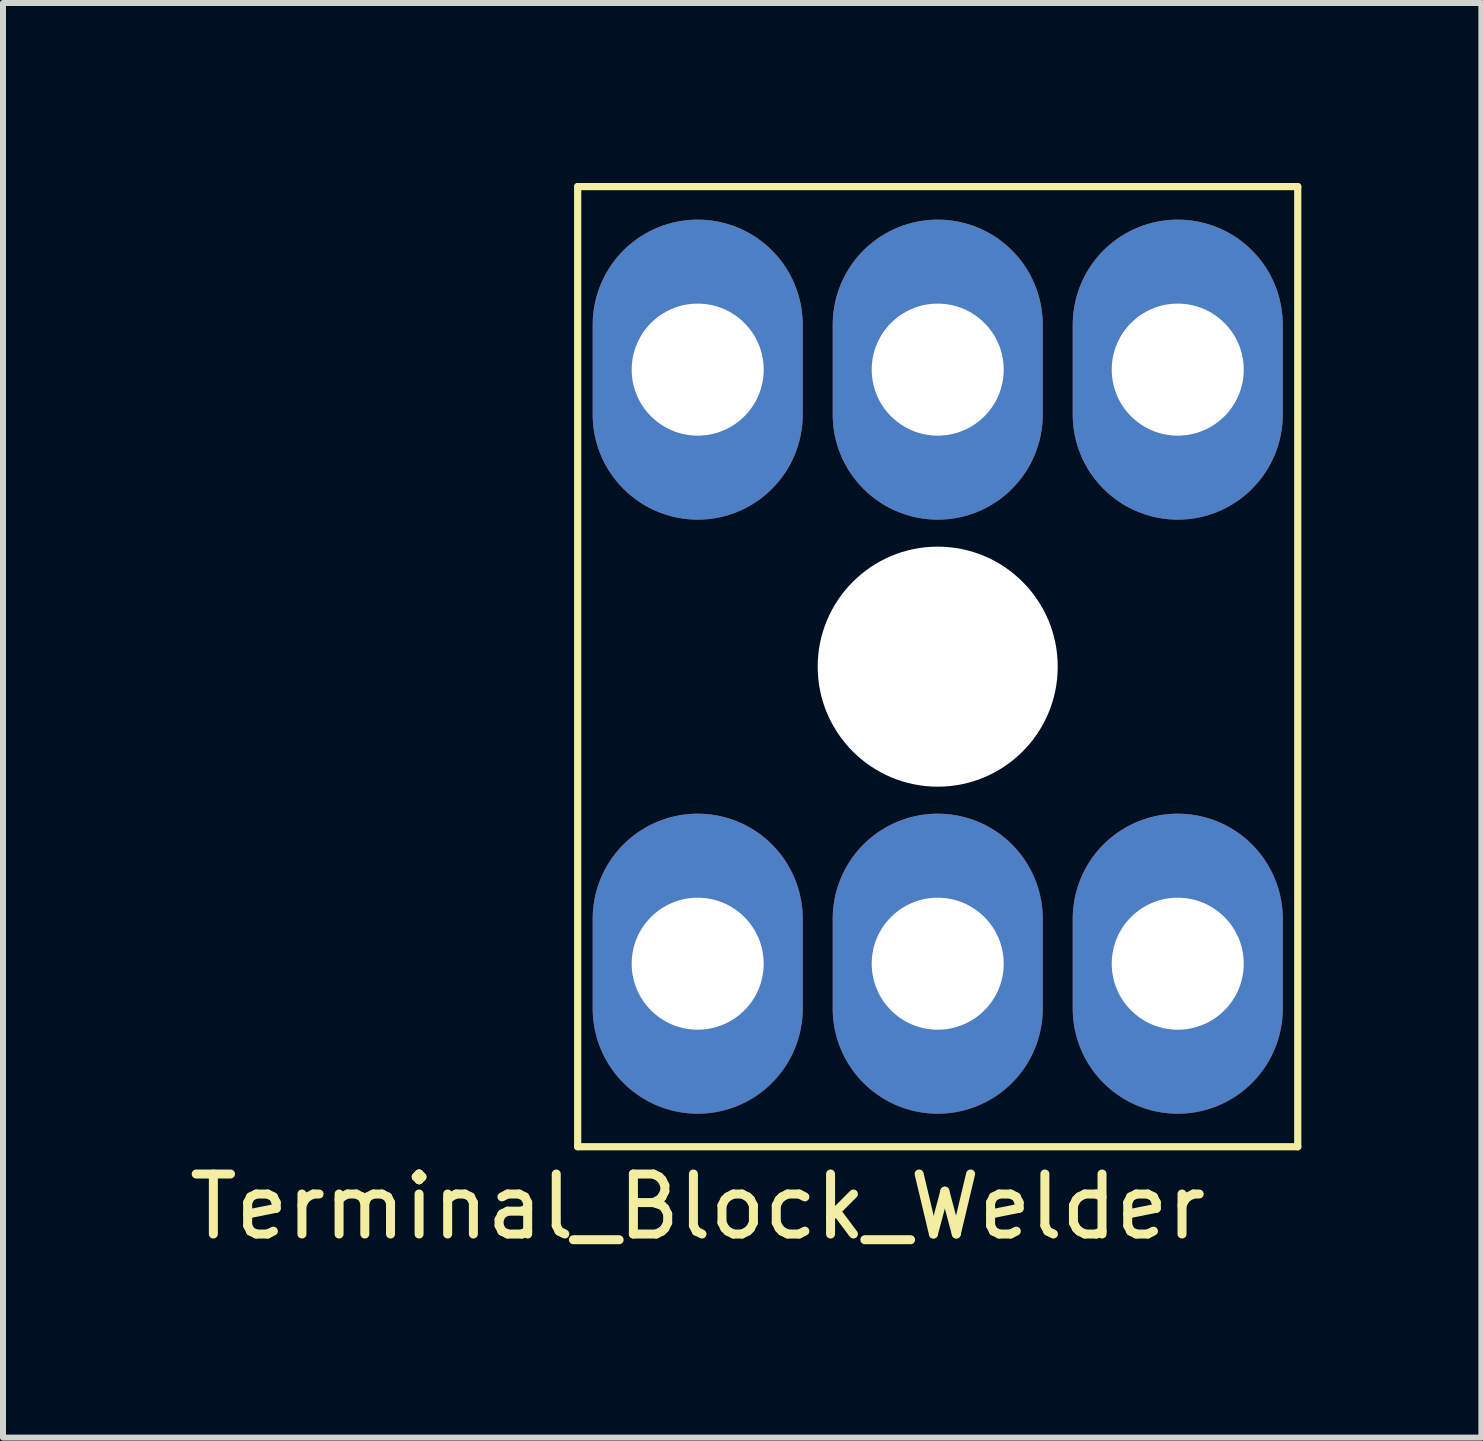
<source format=kicad_pcb>
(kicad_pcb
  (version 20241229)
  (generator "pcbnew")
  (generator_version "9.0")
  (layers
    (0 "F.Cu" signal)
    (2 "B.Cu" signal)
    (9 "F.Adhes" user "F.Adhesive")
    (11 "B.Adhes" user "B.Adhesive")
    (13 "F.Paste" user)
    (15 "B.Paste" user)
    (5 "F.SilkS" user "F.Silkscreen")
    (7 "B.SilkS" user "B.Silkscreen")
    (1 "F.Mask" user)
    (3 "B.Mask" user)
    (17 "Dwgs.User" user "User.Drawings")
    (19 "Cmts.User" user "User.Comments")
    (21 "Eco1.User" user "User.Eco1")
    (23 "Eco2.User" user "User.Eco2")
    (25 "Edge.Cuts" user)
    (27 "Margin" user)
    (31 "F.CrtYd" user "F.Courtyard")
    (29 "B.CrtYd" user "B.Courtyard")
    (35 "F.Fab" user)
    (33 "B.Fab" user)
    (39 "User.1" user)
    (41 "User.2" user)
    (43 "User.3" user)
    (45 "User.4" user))
  (footprint "Terminal_Block_Welder"
    (layer "F.Cu")
    (at 12.577 8.06)
    (property "Reference" "Terminal_Block_Welder" (at -4 9 0) (layer "F.SilkS") (effects (font (size 1 1) (thickness 0.15))))
    (attr through_hole)
    (fp_line (start -6 -8) (end -6 8) (stroke (width 0.12) (type solid)) (layer "F.SilkS"))
    (fp_line (start -6 8) (end 6 8) (stroke (width 0.12) (type solid)) (layer "F.SilkS"))
    (fp_line (start 6 -8) (end -6 -8) (stroke (width 0.12) (type solid)) (layer "F.SilkS"))
    (fp_line (start 6 8) (end 6 -8) (stroke (width 0.12) (type solid)) (layer "F.SilkS"))
    (pad "" np_thru_hole circle (at 0 0) (size 4 4) (drill 4) (layers "*.Cu" "*.Mask"))
    (pad "1" thru_hole oval (at -4 -4.95 90) (size 5 3.5) (drill 2.2) (layers "*.Cu" "*.Mask"))
    (pad "1" thru_hole oval (at -4 4.95 90) (size 5 3.5) (drill 2.2) (layers "*.Cu" "*.Mask"))
    (pad "1" thru_hole oval (at 0 -4.95 90) (size 5 3.5) (drill 2.2) (layers "*.Cu" "*.Mask"))
    (pad "1" thru_hole oval (at 0 4.95 90) (size 5 3.5) (drill 2.2) (layers "*.Cu" "*.Mask"))
    (pad "1" thru_hole oval (at 4 -4.95 90) (size 5 3.5) (drill 2.2) (layers "*.Cu" "*.Mask"))
    (pad "1" thru_hole oval (at 4 4.95 90) (size 5 3.5) (drill 2.2) (layers "*.Cu" "*.Mask")))
  (gr_rect
    (start -3 -3)
    (end 21.637 20.908)
    (stroke (width 0.1) (type default))
    (fill no)
    (layer "Edge.Cuts")))
</source>
